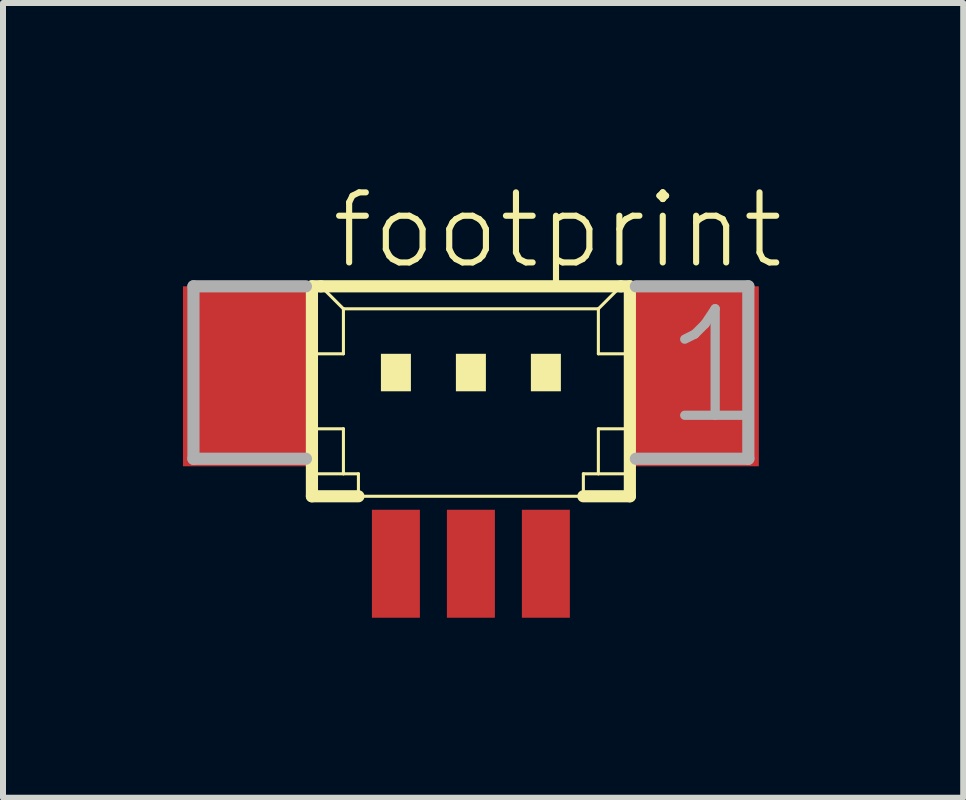
<source format=kicad_pcb>
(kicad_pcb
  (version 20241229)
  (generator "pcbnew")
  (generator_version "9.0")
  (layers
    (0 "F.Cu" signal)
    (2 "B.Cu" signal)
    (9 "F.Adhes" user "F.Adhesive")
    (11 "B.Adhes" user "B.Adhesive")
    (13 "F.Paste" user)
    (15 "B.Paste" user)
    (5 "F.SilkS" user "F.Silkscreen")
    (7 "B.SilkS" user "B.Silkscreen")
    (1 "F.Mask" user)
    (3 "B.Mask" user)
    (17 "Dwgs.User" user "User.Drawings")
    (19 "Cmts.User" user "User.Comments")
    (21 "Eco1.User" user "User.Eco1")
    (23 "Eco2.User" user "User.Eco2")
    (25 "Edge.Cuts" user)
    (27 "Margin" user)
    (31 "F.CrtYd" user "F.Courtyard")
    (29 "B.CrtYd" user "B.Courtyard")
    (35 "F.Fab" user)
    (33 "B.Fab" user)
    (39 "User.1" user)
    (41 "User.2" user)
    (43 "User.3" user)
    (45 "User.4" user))
  (footprint "footprint"
    (layer "F.Cu")
    (at 4.8 3.848)
    (property "Reference" "footprint" (at -2.375 -2.375 0) (layer "F.SilkS") (effects (font (size 1.168 1.168) (thickness 0.102)) (justify left bottom)))
    (fp_line (start -2.65 -2.125) (end -2.65 1.375) (stroke (width 0.203) (type solid)) (layer "F.SilkS"))
    (fp_line (start -2.65 1.375) (end -1.875 1.375) (stroke (width 0.203) (type solid)) (layer "F.SilkS"))
    (fp_line (start -2.625 -1) (end -2.125 -1) (stroke (width 0.051) (type solid)) (layer "F.SilkS"))
    (fp_line (start -2.625 0.25) (end -2.125 0.25) (stroke (width 0.051) (type solid)) (layer "F.SilkS"))
    (fp_line (start -2.625 1) (end -2.125 1) (stroke (width 0.051) (type solid)) (layer "F.SilkS"))
    (fp_line (start -2.5 -2.125) (end -2.65 -2.125) (stroke (width 0.203) (type solid)) (layer "F.SilkS"))
    (fp_line (start -2.125 -1.75) (end -2.5 -2.125) (stroke (width 0.051) (type solid)) (layer "F.SilkS"))
    (fp_line (start -2.125 -1.75) (end 2.125 -1.75) (stroke (width 0.051) (type solid)) (layer "F.SilkS"))
    (fp_line (start -2.125 -1) (end -2.125 -1.75) (stroke (width 0.051) (type solid)) (layer "F.SilkS"))
    (fp_line (start -2.125 0.25) (end -2.125 1) (stroke (width 0.051) (type solid)) (layer "F.SilkS"))
    (fp_line (start -2.125 1) (end -1.875 1) (stroke (width 0.051) (type solid)) (layer "F.SilkS"))
    (fp_line (start -1.875 1) (end -1.875 1.375) (stroke (width 0.051) (type solid)) (layer "F.SilkS"))
    (fp_line (start -1.875 1.375) (end 1.875 1.375) (stroke (width 0.051) (type solid)) (layer "F.SilkS"))
    (fp_line (start 1.875 1) (end 1.875 1.375) (stroke (width 0.051) (type solid)) (layer "F.SilkS"))
    (fp_line (start 1.875 1) (end 2.125 1) (stroke (width 0.051) (type solid)) (layer "F.SilkS"))
    (fp_line (start 1.875 1.375) (end 2.65 1.375) (stroke (width 0.203) (type solid)) (layer "F.SilkS"))
    (fp_line (start 2.125 -1.75) (end 2.125 -1) (stroke (width 0.051) (type solid)) (layer "F.SilkS"))
    (fp_line (start 2.125 -1.75) (end 2.5 -2.125) (stroke (width 0.051) (type solid)) (layer "F.SilkS"))
    (fp_line (start 2.125 -1) (end 2.625 -1) (stroke (width 0.051) (type solid)) (layer "F.SilkS"))
    (fp_line (start 2.125 0.25) (end 2.125 1) (stroke (width 0.051) (type solid)) (layer "F.SilkS"))
    (fp_line (start 2.125 0.25) (end 2.625 0.25) (stroke (width 0.051) (type solid)) (layer "F.SilkS"))
    (fp_line (start 2.125 1) (end 2.625 1) (stroke (width 0.051) (type solid)) (layer "F.SilkS"))
    (fp_line (start 2.5 -2.125) (end -2.5 -2.125) (stroke (width 0.203) (type solid)) (layer "F.SilkS"))
    (fp_line (start 2.65 -2.125) (end 2.5 -2.125) (stroke (width 0.203) (type solid)) (layer "F.SilkS"))
    (fp_line (start 2.65 1.375) (end 2.65 -2.125) (stroke (width 0.203) (type solid)) (layer "F.SilkS"))
    (fp_poly (pts (xy -1.5 -0.375) (xy -1 -0.375) (xy -1 -1) (xy -1.5 -1)) (stroke (width 0) (type solid)) (fill yes) (layer "F.SilkS"))
    (fp_poly (pts (xy -0.25 -0.375) (xy 0.25 -0.375) (xy 0.25 -1) (xy -0.25 -1)) (stroke (width 0) (type solid)) (fill yes) (layer "F.SilkS"))
    (fp_poly (pts (xy 1 -0.375) (xy 1.5 -0.375) (xy 1.5 -1) (xy 1 -1)) (stroke (width 0) (type solid)) (fill yes) (layer "F.SilkS"))
    (fp_line (start -4.625 -2.125) (end -4.625 0.75) (stroke (width 0.203) (type solid)) (layer "F.Fab"))
    (fp_line (start -4.625 0.75) (end -2.75 0.75) (stroke (width 0.203) (type solid)) (layer "F.Fab"))
    (fp_line (start -2.75 -2.125) (end -4.625 -2.125) (stroke (width 0.203) (type solid)) (layer "F.Fab"))
    (fp_line (start 2.75 0.75) (end 4.625 0.75) (stroke (width 0.203) (type solid)) (layer "F.Fab"))
    (fp_line (start 4.625 -2.125) (end 2.75 -2.125) (stroke (width 0.203) (type solid)) (layer "F.Fab"))
    (fp_line (start 4.625 0.75) (end 4.625 -2.125) (stroke (width 0.203) (type solid)) (layer "F.Fab"))
    (fp_text user "1" (at 3.125 0.25 0) (layer "F.Fab") (effects (font (size 1.776 1.776) (thickness 0.154)) (justify left bottom)))
    (pad "1" smd rect (at 1.25 2.5) (size 0.8 1.8) (layers "F.Cu" "F.Mask" "F.Paste"))
    (pad "2" smd rect (at 0 2.5) (size 0.8 1.8) (layers "F.Cu" "F.Mask" "F.Paste"))
    (pad "3" smd rect (at -1.25 2.5) (size 0.8 1.8) (layers "F.Cu" "F.Mask" "F.Paste"))
    (pad "S1" smd rect (at 3.75 -0.625) (size 2.1 3) (layers "F.Cu" "F.Mask" "F.Paste"))
    (pad "S2" smd rect (at -3.75 -0.625) (size 2.1 3) (layers "F.Cu" "F.Mask" "F.Paste")))
  (gr_rect
    (start -3 -3)
    (end 13.007 10.248)
    (stroke (width 0.1) (type default))
    (fill no)
    (layer "Edge.Cuts")))
</source>
